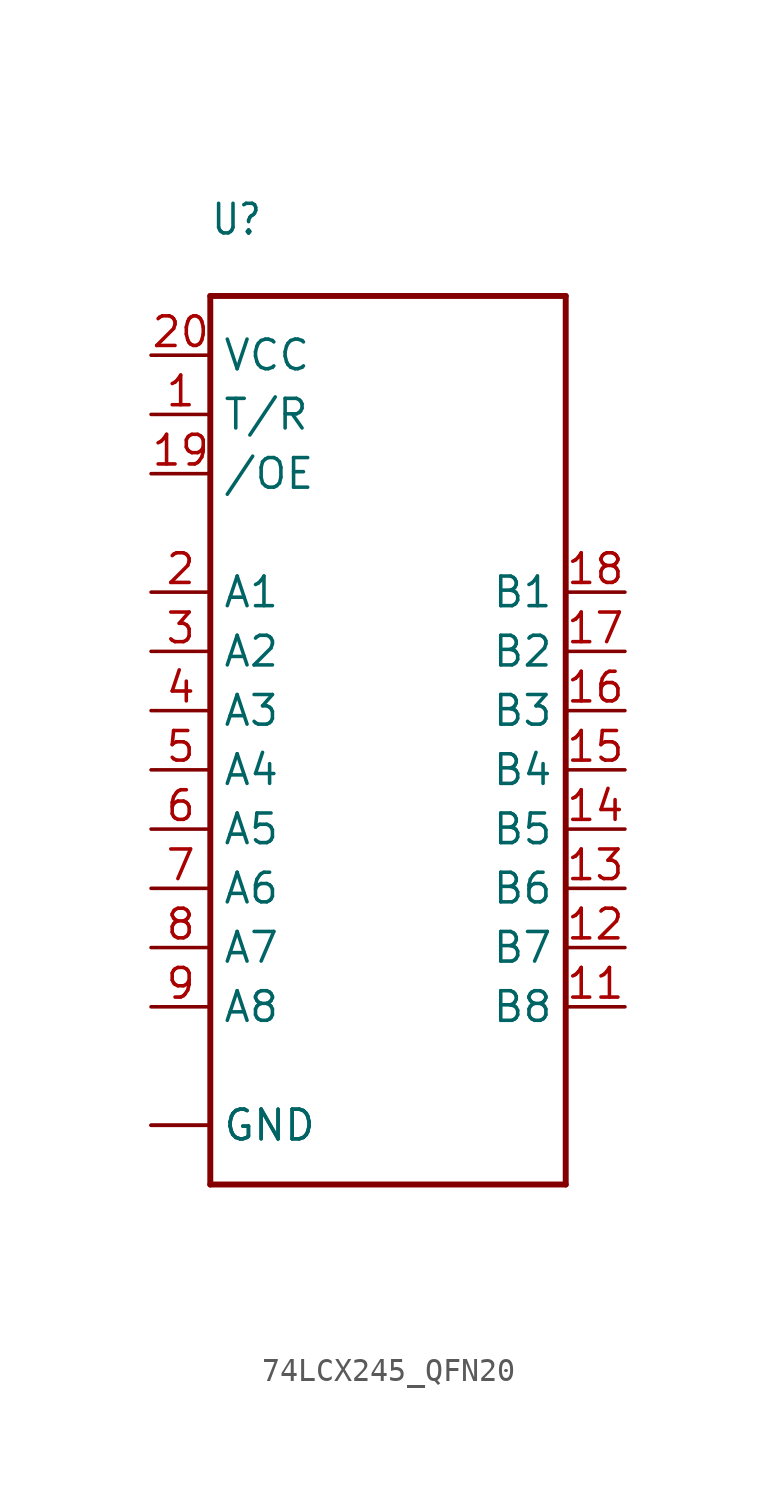
<source format=kicad_sym>
(kicad_symbol_lib
  (version 20231120)
  (generator "kicad_symbol_editor")
  (generator_version "8.0")
  (symbol "74LCX245_QFN20"
    (property "Reference" "U"
      (at -7.62 22.86 0)
      (effects (font (size 1.27 1.079)) (justify left bottom)))
    (property "Value" ""
      (at -7.62 -20.32 0)
      (effects (font (size 1.27 1.079)) (justify left bottom)))
    (property "ki_locked" ""
      (at 0 0 0)
      (effects (font (size 1.27 1.27))))
    (symbol "74LCX245_QFN20_1_0"
      (polyline (pts (xy -7.62 -17.78) (xy -7.62 20.32)) (stroke (width 0.254) (type solid)) (fill (type none)))
      (polyline (pts (xy -7.62 20.32) (xy 7.62 20.32)) (stroke (width 0.254) (type solid)) (fill (type none)))
      (polyline (pts (xy 7.62 -17.78) (xy -7.62 -17.78)) (stroke (width 0.254) (type solid)) (fill (type none)))
      (polyline (pts (xy 7.62 20.32) (xy 7.62 -17.78)) (stroke (width 0.254) (type solid)) (fill (type none)))
      (pin bidirectional line (at -10.16 15.24 0) (length 2.54) (name "T/R" (effects (font (size 1.27 1.27)))) (number "1" (effects (font (size 1.27 1.27)))))
      (pin bidirectional line (at -10.16 -15.24 0) (length 2.54) (name "GND" (effects (font (size 1.27 1.27)))) (number "10" (effects (font (size 0 0)))))
      (pin bidirectional line (at 10.16 -10.16 180) (length 2.54) (name "B8" (effects (font (size 1.27 1.27)))) (number "11" (effects (font (size 1.27 1.27)))))
      (pin bidirectional line (at 10.16 -7.62 180) (length 2.54) (name "B7" (effects (font (size 1.27 1.27)))) (number "12" (effects (font (size 1.27 1.27)))))
      (pin bidirectional line (at 10.16 -5.08 180) (length 2.54) (name "B6" (effects (font (size 1.27 1.27)))) (number "13" (effects (font (size 1.27 1.27)))))
      (pin bidirectional line (at 10.16 -2.54 180) (length 2.54) (name "B5" (effects (font (size 1.27 1.27)))) (number "14" (effects (font (size 1.27 1.27)))))
      (pin bidirectional line (at 10.16 0 180) (length 2.54) (name "B4" (effects (font (size 1.27 1.27)))) (number "15" (effects (font (size 1.27 1.27)))))
      (pin bidirectional line (at 10.16 2.54 180) (length 2.54) (name "B3" (effects (font (size 1.27 1.27)))) (number "16" (effects (font (size 1.27 1.27)))))
      (pin bidirectional line (at 10.16 5.08 180) (length 2.54) (name "B2" (effects (font (size 1.27 1.27)))) (number "17" (effects (font (size 1.27 1.27)))))
      (pin bidirectional line (at 10.16 7.62 180) (length 2.54) (name "B1" (effects (font (size 1.27 1.27)))) (number "18" (effects (font (size 1.27 1.27)))))
      (pin bidirectional line (at -10.16 12.7 0) (length 2.54) (name "/OE" (effects (font (size 1.27 1.27)))) (number "19" (effects (font (size 1.27 1.27)))))
      (pin bidirectional line (at -10.16 7.62 0) (length 2.54) (name "A1" (effects (font (size 1.27 1.27)))) (number "2" (effects (font (size 1.27 1.27)))))
      (pin bidirectional line (at -10.16 17.78 0) (length 2.54) (name "VCC" (effects (font (size 1.27 1.27)))) (number "20" (effects (font (size 1.27 1.27)))))
      (pin bidirectional line (at -10.16 -15.24 0) (length 2.54) (name "GND" (effects (font (size 1.27 1.27)))) (number "21" (effects (font (size 0 0)))))
      (pin bidirectional line (at -10.16 5.08 0) (length 2.54) (name "A2" (effects (font (size 1.27 1.27)))) (number "3" (effects (font (size 1.27 1.27)))))
      (pin bidirectional line (at -10.16 2.54 0) (length 2.54) (name "A3" (effects (font (size 1.27 1.27)))) (number "4" (effects (font (size 1.27 1.27)))))
      (pin bidirectional line (at -10.16 0 0) (length 2.54) (name "A4" (effects (font (size 1.27 1.27)))) (number "5" (effects (font (size 1.27 1.27)))))
      (pin bidirectional line (at -10.16 -2.54 0) (length 2.54) (name "A5" (effects (font (size 1.27 1.27)))) (number "6" (effects (font (size 1.27 1.27)))))
      (pin bidirectional line (at -10.16 -5.08 0) (length 2.54) (name "A6" (effects (font (size 1.27 1.27)))) (number "7" (effects (font (size 1.27 1.27)))))
      (pin bidirectional line (at -10.16 -7.62 0) (length 2.54) (name "A7" (effects (font (size 1.27 1.27)))) (number "8" (effects (font (size 1.27 1.27)))))
      (pin bidirectional line (at -10.16 -10.16 0) (length 2.54) (name "A8" (effects (font (size 1.27 1.27)))) (number "9" (effects (font (size 1.27 1.27))))))))
</source>
